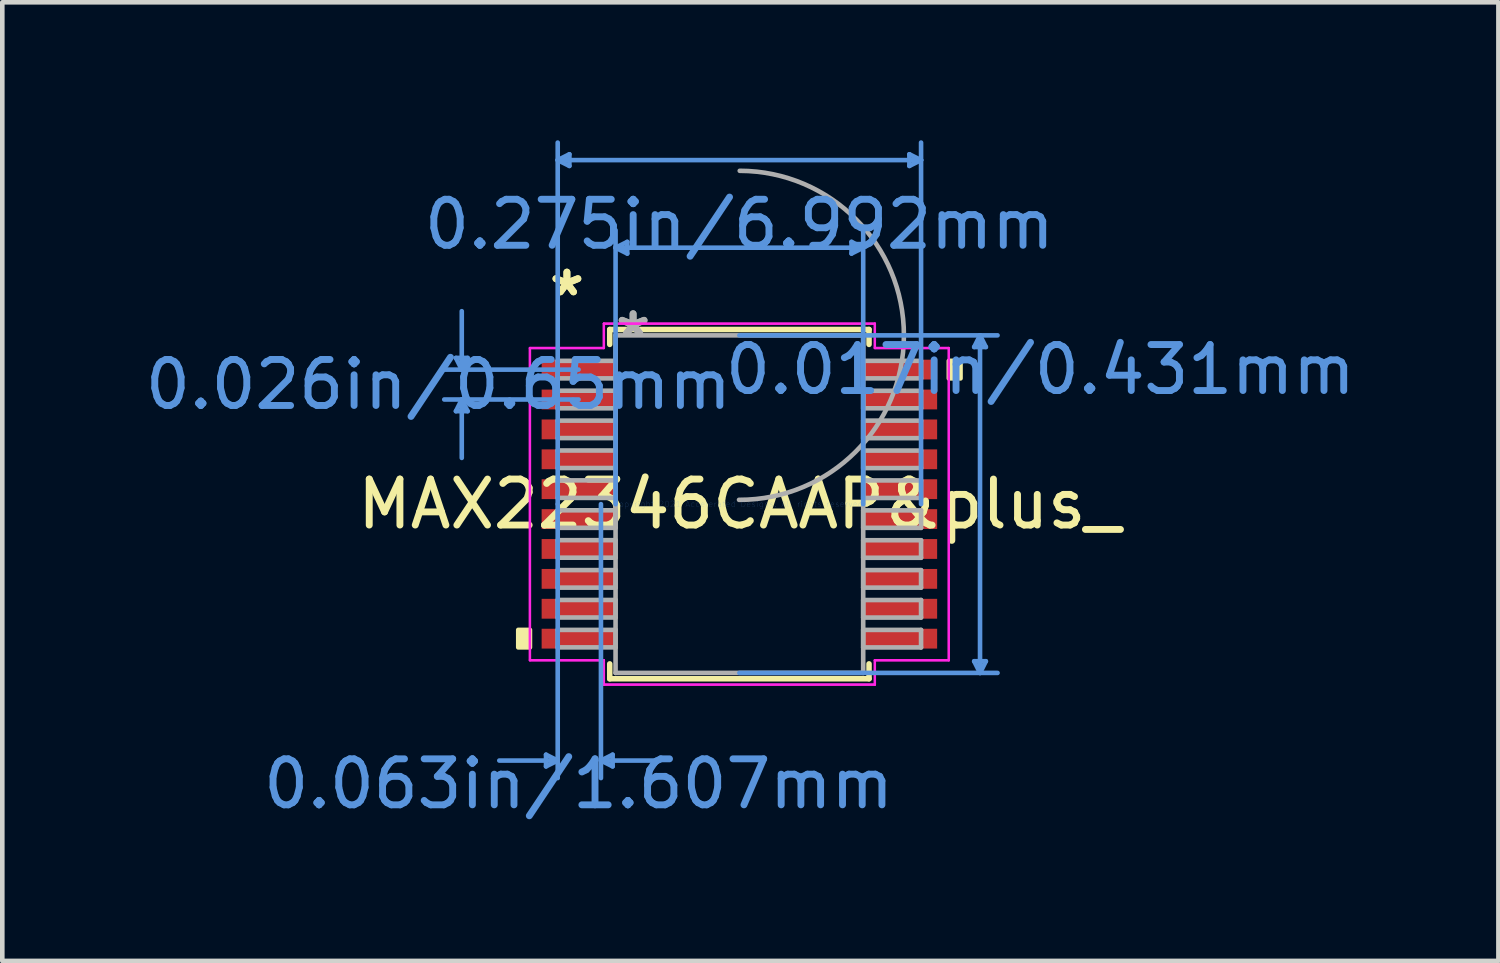
<source format=kicad_pcb>
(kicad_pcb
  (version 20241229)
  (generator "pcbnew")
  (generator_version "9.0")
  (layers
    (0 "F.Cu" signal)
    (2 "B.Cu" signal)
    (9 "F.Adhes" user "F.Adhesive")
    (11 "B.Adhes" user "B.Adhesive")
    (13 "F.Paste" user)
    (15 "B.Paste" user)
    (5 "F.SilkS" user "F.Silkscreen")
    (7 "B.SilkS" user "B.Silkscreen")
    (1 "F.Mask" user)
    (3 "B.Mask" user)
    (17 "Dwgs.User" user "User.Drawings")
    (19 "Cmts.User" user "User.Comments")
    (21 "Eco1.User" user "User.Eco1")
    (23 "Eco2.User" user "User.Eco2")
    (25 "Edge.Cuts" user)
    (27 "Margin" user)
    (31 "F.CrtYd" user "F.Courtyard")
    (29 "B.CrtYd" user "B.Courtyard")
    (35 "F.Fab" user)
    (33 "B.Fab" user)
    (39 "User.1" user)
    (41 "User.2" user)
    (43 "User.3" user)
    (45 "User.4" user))
  (footprint "MAX22346CAAP&plus_"
    (layer "F.Cu")
    (at 13.026 7.911)
    (property "Reference" "MAX22346CAAP&plus_" (at 0 0 0) (layer "F.SilkS") (effects (font (size 1 1) (thickness 0.15))))
    (attr through_hole)
    (fp_line (start -2.819 -3.797) (end -2.819 -3.473) (stroke (width 0.12) (type solid)) (layer "F.SilkS"))
    (fp_line (start -2.819 3.473) (end -2.819 3.797) (stroke (width 0.12) (type solid)) (layer "F.SilkS"))
    (fp_line (start -2.819 3.797) (end 2.819 3.797) (stroke (width 0.12) (type solid)) (layer "F.SilkS"))
    (fp_line (start 2.819 -3.797) (end -2.819 -3.797) (stroke (width 0.12) (type solid)) (layer "F.SilkS"))
    (fp_line (start 2.819 -3.473) (end 2.819 -3.797) (stroke (width 0.12) (type solid)) (layer "F.SilkS"))
    (fp_line (start 2.819 3.797) (end 2.819 3.473) (stroke (width 0.12) (type solid)) (layer "F.SilkS"))
    (fp_poly (pts (xy -4.808 2.734) (xy -4.808 3.115) (xy -4.554 3.115) (xy -4.554 2.734)) (stroke (width 0.1) (type solid)) (fill yes) (layer "F.SilkS"))
    (fp_poly (pts (xy 4.808 -3.115) (xy 4.808 -2.734) (xy 4.554 -2.734) (xy 4.554 -3.115)) (stroke (width 0.1) (type solid)) (fill yes) (layer "F.SilkS"))
    (fp_line (start -6.163 -3.179) (end -5.909 -3.179) (stroke (width 0.1) (type solid)) (layer "Cmts.User"))
    (fp_line (start -6.163 -2.021) (end -5.909 -2.021) (stroke (width 0.1) (type solid)) (layer "Cmts.User"))
    (fp_line (start -6.036 -2.925) (end -6.163 -3.179) (stroke (width 0.1) (type solid)) (layer "Cmts.User"))
    (fp_line (start -6.036 -2.925) (end -6.036 -4.195) (stroke (width 0.1) (type solid)) (layer "Cmts.User"))
    (fp_line (start -6.036 -2.925) (end -5.909 -3.179) (stroke (width 0.1) (type solid)) (layer "Cmts.User"))
    (fp_line (start -6.036 -2.275) (end -6.163 -2.021) (stroke (width 0.1) (type solid)) (layer "Cmts.User"))
    (fp_line (start -6.036 -2.275) (end -6.036 -1.005) (stroke (width 0.1) (type solid)) (layer "Cmts.User"))
    (fp_line (start -6.036 -2.275) (end -5.909 -2.021) (stroke (width 0.1) (type solid)) (layer "Cmts.User"))
    (fp_line (start -4.204 5.448) (end -4.204 5.702) (stroke (width 0.1) (type solid)) (layer "Cmts.User"))
    (fp_line (start -3.95 -7.48) (end -3.696 -7.607) (stroke (width 0.1) (type solid)) (layer "Cmts.User"))
    (fp_line (start -3.95 -7.48) (end -3.696 -7.353) (stroke (width 0.1) (type solid)) (layer "Cmts.User"))
    (fp_line (start -3.95 -7.48) (end 3.95 -7.48) (stroke (width 0.1) (type solid)) (layer "Cmts.User"))
    (fp_line (start -3.95 0) (end -3.95 -7.861) (stroke (width 0.1) (type solid)) (layer "Cmts.User"))
    (fp_line (start -3.95 0) (end -3.95 5.956) (stroke (width 0.1) (type solid)) (layer "Cmts.User"))
    (fp_line (start -3.95 5.575) (end -5.22 5.575) (stroke (width 0.1) (type solid)) (layer "Cmts.User"))
    (fp_line (start -3.95 5.575) (end -4.204 5.448) (stroke (width 0.1) (type solid)) (layer "Cmts.User"))
    (fp_line (start -3.95 5.575) (end -4.204 5.702) (stroke (width 0.1) (type solid)) (layer "Cmts.User"))
    (fp_line (start -3.696 -7.607) (end -3.696 -7.353) (stroke (width 0.1) (type solid)) (layer "Cmts.User"))
    (fp_line (start -3.496 -2.925) (end -6.417 -2.925) (stroke (width 0.1) (type solid)) (layer "Cmts.User"))
    (fp_line (start -3.496 -2.275) (end -6.417 -2.275) (stroke (width 0.1) (type solid)) (layer "Cmts.User"))
    (fp_line (start -3.01 0) (end -3.01 5.956) (stroke (width 0.1) (type solid)) (layer "Cmts.User"))
    (fp_line (start -3.01 5.575) (end -2.756 5.448) (stroke (width 0.1) (type solid)) (layer "Cmts.User"))
    (fp_line (start -3.01 5.575) (end -2.756 5.702) (stroke (width 0.1) (type solid)) (layer "Cmts.User"))
    (fp_line (start -3.01 5.575) (end -1.74 5.575) (stroke (width 0.1) (type solid)) (layer "Cmts.User"))
    (fp_line (start -2.756 5.448) (end -2.756 5.702) (stroke (width 0.1) (type solid)) (layer "Cmts.User"))
    (fp_line (start -2.692 -5.575) (end -2.438 -5.702) (stroke (width 0.1) (type solid)) (layer "Cmts.User"))
    (fp_line (start -2.692 -5.575) (end -2.438 -5.448) (stroke (width 0.1) (type solid)) (layer "Cmts.User"))
    (fp_line (start -2.692 -5.575) (end 2.692 -5.575) (stroke (width 0.1) (type solid)) (layer "Cmts.User"))
    (fp_line (start -2.692 0) (end -2.692 -5.956) (stroke (width 0.1) (type solid)) (layer "Cmts.User"))
    (fp_line (start -2.438 -5.702) (end -2.438 -5.448) (stroke (width 0.1) (type solid)) (layer "Cmts.User"))
    (fp_line (start 0 -3.67) (end 5.613 -3.67) (stroke (width 0.1) (type solid)) (layer "Cmts.User"))
    (fp_line (start 0 3.67) (end 5.613 3.67) (stroke (width 0.1) (type solid)) (layer "Cmts.User"))
    (fp_line (start 2.438 -5.702) (end 2.438 -5.448) (stroke (width 0.1) (type solid)) (layer "Cmts.User"))
    (fp_line (start 2.692 -5.575) (end 2.438 -5.702) (stroke (width 0.1) (type solid)) (layer "Cmts.User"))
    (fp_line (start 2.692 -5.575) (end 2.438 -5.448) (stroke (width 0.1) (type solid)) (layer "Cmts.User"))
    (fp_line (start 2.692 0) (end 2.692 -5.956) (stroke (width 0.1) (type solid)) (layer "Cmts.User"))
    (fp_line (start 3.696 -7.607) (end 3.696 -7.353) (stroke (width 0.1) (type solid)) (layer "Cmts.User"))
    (fp_line (start 3.95 -7.48) (end 3.696 -7.607) (stroke (width 0.1) (type solid)) (layer "Cmts.User"))
    (fp_line (start 3.95 -7.48) (end 3.696 -7.353) (stroke (width 0.1) (type solid)) (layer "Cmts.User"))
    (fp_line (start 3.95 0) (end 3.95 -7.861) (stroke (width 0.1) (type solid)) (layer "Cmts.User"))
    (fp_line (start 5.105 -3.416) (end 5.359 -3.416) (stroke (width 0.1) (type solid)) (layer "Cmts.User"))
    (fp_line (start 5.105 3.416) (end 5.359 3.416) (stroke (width 0.1) (type solid)) (layer "Cmts.User"))
    (fp_line (start 5.232 -3.67) (end 5.105 -3.416) (stroke (width 0.1) (type solid)) (layer "Cmts.User"))
    (fp_line (start 5.232 -3.67) (end 5.232 3.67) (stroke (width 0.1) (type solid)) (layer "Cmts.User"))
    (fp_line (start 5.232 -3.67) (end 5.359 -3.416) (stroke (width 0.1) (type solid)) (layer "Cmts.User"))
    (fp_line (start 5.232 3.67) (end 5.105 3.416) (stroke (width 0.1) (type solid)) (layer "Cmts.User"))
    (fp_line (start 5.232 3.67) (end 5.359 3.416) (stroke (width 0.1) (type solid)) (layer "Cmts.User"))
    (fp_line (start -4.554 -3.394) (end -2.946 -3.394) (stroke (width 0.05) (type solid)) (layer "F.CrtYd"))
    (fp_line (start -4.554 -3.394) (end -2.946 -3.394) (stroke (width 0.05) (type solid)) (layer "F.CrtYd"))
    (fp_line (start -4.554 3.394) (end -4.554 -3.394) (stroke (width 0.05) (type solid)) (layer "F.CrtYd"))
    (fp_line (start -4.554 3.394) (end -4.554 -3.394) (stroke (width 0.05) (type solid)) (layer "F.CrtYd"))
    (fp_line (start -4.554 3.394) (end -2.946 3.394) (stroke (width 0.05) (type solid)) (layer "F.CrtYd"))
    (fp_line (start -2.946 -3.924) (end 2.946 -3.924) (stroke (width 0.05) (type solid)) (layer "F.CrtYd"))
    (fp_line (start -2.946 -3.924) (end 2.946 -3.924) (stroke (width 0.05) (type solid)) (layer "F.CrtYd"))
    (fp_line (start -2.946 -3.394) (end -2.946 -3.924) (stroke (width 0.05) (type solid)) (layer "F.CrtYd"))
    (fp_line (start -2.946 -3.394) (end -2.946 -3.924) (stroke (width 0.05) (type solid)) (layer "F.CrtYd"))
    (fp_line (start -2.946 3.394) (end -4.554 3.394) (stroke (width 0.05) (type solid)) (layer "F.CrtYd"))
    (fp_line (start -2.946 3.924) (end -2.946 3.394) (stroke (width 0.05) (type solid)) (layer "F.CrtYd"))
    (fp_line (start -2.946 3.924) (end -2.946 3.394) (stroke (width 0.05) (type solid)) (layer "F.CrtYd"))
    (fp_line (start 2.946 -3.924) (end 2.946 -3.394) (stroke (width 0.05) (type solid)) (layer "F.CrtYd"))
    (fp_line (start 2.946 -3.924) (end 2.946 -3.394) (stroke (width 0.05) (type solid)) (layer "F.CrtYd"))
    (fp_line (start 2.946 -3.394) (end 4.554 -3.394) (stroke (width 0.05) (type solid)) (layer "F.CrtYd"))
    (fp_line (start 2.946 3.394) (end 2.946 3.924) (stroke (width 0.05) (type solid)) (layer "F.CrtYd"))
    (fp_line (start 2.946 3.394) (end 2.946 3.924) (stroke (width 0.05) (type solid)) (layer "F.CrtYd"))
    (fp_line (start 2.946 3.924) (end -2.946 3.924) (stroke (width 0.05) (type solid)) (layer "F.CrtYd"))
    (fp_line (start 2.946 3.924) (end -2.946 3.924) (stroke (width 0.05) (type solid)) (layer "F.CrtYd"))
    (fp_line (start 4.554 -3.394) (end 2.946 -3.394) (stroke (width 0.05) (type solid)) (layer "F.CrtYd"))
    (fp_line (start 4.554 -3.394) (end 4.554 3.394) (stroke (width 0.05) (type solid)) (layer "F.CrtYd"))
    (fp_line (start 4.554 -3.394) (end 4.554 3.394) (stroke (width 0.05) (type solid)) (layer "F.CrtYd"))
    (fp_line (start 4.554 3.394) (end 2.946 3.394) (stroke (width 0.05) (type solid)) (layer "F.CrtYd"))
    (fp_line (start 4.554 3.394) (end 2.946 3.394) (stroke (width 0.05) (type solid)) (layer "F.CrtYd"))
    (fp_line (start -3.95 -3.116) (end -3.95 -2.735) (stroke (width 0.1) (type solid)) (layer "F.Fab"))
    (fp_line (start -3.95 -2.735) (end -2.692 -2.735) (stroke (width 0.1) (type solid)) (layer "F.Fab"))
    (fp_line (start -3.95 -2.466) (end -3.95 -2.084) (stroke (width 0.1) (type solid)) (layer "F.Fab"))
    (fp_line (start -3.95 -2.084) (end -2.692 -2.084) (stroke (width 0.1) (type solid)) (layer "F.Fab"))
    (fp_line (start -3.95 -1.816) (end -3.95 -1.435) (stroke (width 0.1) (type solid)) (layer "F.Fab"))
    (fp_line (start -3.95 -1.435) (end -2.692 -1.435) (stroke (width 0.1) (type solid)) (layer "F.Fab"))
    (fp_line (start -3.95 -1.166) (end -3.95 -0.785) (stroke (width 0.1) (type solid)) (layer "F.Fab"))
    (fp_line (start -3.95 -0.785) (end -2.692 -0.785) (stroke (width 0.1) (type solid)) (layer "F.Fab"))
    (fp_line (start -3.95 -0.516) (end -3.95 -0.135) (stroke (width 0.1) (type solid)) (layer "F.Fab"))
    (fp_line (start -3.95 -0.135) (end -2.692 -0.135) (stroke (width 0.1) (type solid)) (layer "F.Fab"))
    (fp_line (start -3.95 0.134) (end -3.95 0.515) (stroke (width 0.1) (type solid)) (layer "F.Fab"))
    (fp_line (start -3.95 0.515) (end -2.692 0.515) (stroke (width 0.1) (type solid)) (layer "F.Fab"))
    (fp_line (start -3.95 0.784) (end -3.95 1.165) (stroke (width 0.1) (type solid)) (layer "F.Fab"))
    (fp_line (start -3.95 1.165) (end -2.692 1.165) (stroke (width 0.1) (type solid)) (layer "F.Fab"))
    (fp_line (start -3.95 1.434) (end -3.95 1.815) (stroke (width 0.1) (type solid)) (layer "F.Fab"))
    (fp_line (start -3.95 1.815) (end -2.692 1.815) (stroke (width 0.1) (type solid)) (layer "F.Fab"))
    (fp_line (start -3.95 2.084) (end -3.95 2.465) (stroke (width 0.1) (type solid)) (layer "F.Fab"))
    (fp_line (start -3.95 2.465) (end -2.692 2.465) (stroke (width 0.1) (type solid)) (layer "F.Fab"))
    (fp_line (start -3.95 2.734) (end -3.95 3.115) (stroke (width 0.1) (type solid)) (layer "F.Fab"))
    (fp_line (start -3.95 3.115) (end -2.692 3.115) (stroke (width 0.1) (type solid)) (layer "F.Fab"))
    (fp_line (start -2.692 -3.67) (end -2.692 3.67) (stroke (width 0.1) (type solid)) (layer "F.Fab"))
    (fp_line (start -2.692 -3.116) (end -3.95 -3.116) (stroke (width 0.1) (type solid)) (layer "F.Fab"))
    (fp_line (start -2.692 -2.735) (end -2.692 -3.116) (stroke (width 0.1) (type solid)) (layer "F.Fab"))
    (fp_line (start -2.692 -2.466) (end -3.95 -2.466) (stroke (width 0.1) (type solid)) (layer "F.Fab"))
    (fp_line (start -2.692 -2.084) (end -2.692 -2.466) (stroke (width 0.1) (type solid)) (layer "F.Fab"))
    (fp_line (start -2.692 -1.816) (end -3.95 -1.816) (stroke (width 0.1) (type solid)) (layer "F.Fab"))
    (fp_line (start -2.692 -1.435) (end -2.692 -1.816) (stroke (width 0.1) (type solid)) (layer "F.Fab"))
    (fp_line (start -2.692 -1.166) (end -3.95 -1.166) (stroke (width 0.1) (type solid)) (layer "F.Fab"))
    (fp_line (start -2.692 -0.785) (end -2.692 -1.166) (stroke (width 0.1) (type solid)) (layer "F.Fab"))
    (fp_line (start -2.692 -0.516) (end -3.95 -0.516) (stroke (width 0.1) (type solid)) (layer "F.Fab"))
    (fp_line (start -2.692 -0.135) (end -2.692 -0.516) (stroke (width 0.1) (type solid)) (layer "F.Fab"))
    (fp_line (start -2.692 0.134) (end -3.95 0.134) (stroke (width 0.1) (type solid)) (layer "F.Fab"))
    (fp_line (start -2.692 0.515) (end -2.692 0.134) (stroke (width 0.1) (type solid)) (layer "F.Fab"))
    (fp_line (start -2.692 0.784) (end -3.95 0.784) (stroke (width 0.1) (type solid)) (layer "F.Fab"))
    (fp_line (start -2.692 1.165) (end -2.692 0.784) (stroke (width 0.1) (type solid)) (layer "F.Fab"))
    (fp_line (start -2.692 1.434) (end -3.95 1.434) (stroke (width 0.1) (type solid)) (layer "F.Fab"))
    (fp_line (start -2.692 1.815) (end -2.692 1.434) (stroke (width 0.1) (type solid)) (layer "F.Fab"))
    (fp_line (start -2.692 2.084) (end -3.95 2.084) (stroke (width 0.1) (type solid)) (layer "F.Fab"))
    (fp_line (start -2.692 2.465) (end -2.692 2.084) (stroke (width 0.1) (type solid)) (layer "F.Fab"))
    (fp_line (start -2.692 2.734) (end -3.95 2.734) (stroke (width 0.1) (type solid)) (layer "F.Fab"))
    (fp_line (start -2.692 3.115) (end -2.692 2.734) (stroke (width 0.1) (type solid)) (layer "F.Fab"))
    (fp_line (start -2.692 3.67) (end 2.692 3.67) (stroke (width 0.1) (type solid)) (layer "F.Fab"))
    (fp_line (start 2.692 -3.67) (end -2.692 -3.67) (stroke (width 0.1) (type solid)) (layer "F.Fab"))
    (fp_line (start 2.692 -3.115) (end 2.692 -2.734) (stroke (width 0.1) (type solid)) (layer "F.Fab"))
    (fp_line (start 2.692 -2.734) (end 3.95 -2.734) (stroke (width 0.1) (type solid)) (layer "F.Fab"))
    (fp_line (start 2.692 -2.465) (end 2.692 -2.084) (stroke (width 0.1) (type solid)) (layer "F.Fab"))
    (fp_line (start 2.692 -2.084) (end 3.95 -2.084) (stroke (width 0.1) (type solid)) (layer "F.Fab"))
    (fp_line (start 2.692 -1.815) (end 2.692 -1.434) (stroke (width 0.1) (type solid)) (layer "F.Fab"))
    (fp_line (start 2.692 -1.434) (end 3.95 -1.434) (stroke (width 0.1) (type solid)) (layer "F.Fab"))
    (fp_line (start 2.692 -1.165) (end 2.692 -0.784) (stroke (width 0.1) (type solid)) (layer "F.Fab"))
    (fp_line (start 2.692 -0.784) (end 3.95 -0.784) (stroke (width 0.1) (type solid)) (layer "F.Fab"))
    (fp_line (start 2.692 -0.515) (end 2.692 -0.134) (stroke (width 0.1) (type solid)) (layer "F.Fab"))
    (fp_line (start 2.692 -0.134) (end 3.95 -0.134) (stroke (width 0.1) (type solid)) (layer "F.Fab"))
    (fp_line (start 2.692 0.135) (end 2.692 0.516) (stroke (width 0.1) (type solid)) (layer "F.Fab"))
    (fp_line (start 2.692 0.516) (end 3.95 0.516) (stroke (width 0.1) (type solid)) (layer "F.Fab"))
    (fp_line (start 2.692 0.785) (end 2.692 1.166) (stroke (width 0.1) (type solid)) (layer "F.Fab"))
    (fp_line (start 2.692 1.166) (end 3.95 1.166) (stroke (width 0.1) (type solid)) (layer "F.Fab"))
    (fp_line (start 2.692 1.435) (end 2.692 1.816) (stroke (width 0.1) (type solid)) (layer "F.Fab"))
    (fp_line (start 2.692 1.816) (end 3.95 1.816) (stroke (width 0.1) (type solid)) (layer "F.Fab"))
    (fp_line (start 2.692 2.085) (end 2.692 2.466) (stroke (width 0.1) (type solid)) (layer "F.Fab"))
    (fp_line (start 2.692 2.466) (end 3.95 2.466) (stroke (width 0.1) (type solid)) (layer "F.Fab"))
    (fp_line (start 2.692 2.735) (end 2.692 3.116) (stroke (width 0.1) (type solid)) (layer "F.Fab"))
    (fp_line (start 2.692 3.116) (end 3.95 3.116) (stroke (width 0.1) (type solid)) (layer "F.Fab"))
    (fp_line (start 2.692 3.67) (end 2.692 -3.67) (stroke (width 0.1) (type solid)) (layer "F.Fab"))
    (fp_line (start 3.95 -3.115) (end 2.692 -3.115) (stroke (width 0.1) (type solid)) (layer "F.Fab"))
    (fp_line (start 3.95 -2.734) (end 3.95 -3.115) (stroke (width 0.1) (type solid)) (layer "F.Fab"))
    (fp_line (start 3.95 -2.465) (end 2.692 -2.465) (stroke (width 0.1) (type solid)) (layer "F.Fab"))
    (fp_line (start 3.95 -2.084) (end 3.95 -2.465) (stroke (width 0.1) (type solid)) (layer "F.Fab"))
    (fp_line (start 3.95 -1.815) (end 2.692 -1.815) (stroke (width 0.1) (type solid)) (layer "F.Fab"))
    (fp_line (start 3.95 -1.434) (end 3.95 -1.815) (stroke (width 0.1) (type solid)) (layer "F.Fab"))
    (fp_line (start 3.95 -1.165) (end 2.692 -1.165) (stroke (width 0.1) (type solid)) (layer "F.Fab"))
    (fp_line (start 3.95 -0.784) (end 3.95 -1.165) (stroke (width 0.1) (type solid)) (layer "F.Fab"))
    (fp_line (start 3.95 -0.515) (end 2.692 -0.515) (stroke (width 0.1) (type solid)) (layer "F.Fab"))
    (fp_line (start 3.95 -0.134) (end 3.95 -0.515) (stroke (width 0.1) (type solid)) (layer "F.Fab"))
    (fp_line (start 3.95 0.135) (end 2.692 0.135) (stroke (width 0.1) (type solid)) (layer "F.Fab"))
    (fp_line (start 3.95 0.516) (end 3.95 0.135) (stroke (width 0.1) (type solid)) (layer "F.Fab"))
    (fp_line (start 3.95 0.785) (end 2.692 0.785) (stroke (width 0.1) (type solid)) (layer "F.Fab"))
    (fp_line (start 3.95 1.166) (end 3.95 0.785) (stroke (width 0.1) (type solid)) (layer "F.Fab"))
    (fp_line (start 3.95 1.435) (end 2.692 1.435) (stroke (width 0.1) (type solid)) (layer "F.Fab"))
    (fp_line (start 3.95 1.816) (end 3.95 1.435) (stroke (width 0.1) (type solid)) (layer "F.Fab"))
    (fp_line (start 3.95 2.085) (end 2.692 2.085) (stroke (width 0.1) (type solid)) (layer "F.Fab"))
    (fp_line (start 3.95 2.466) (end 3.95 2.085) (stroke (width 0.1) (type solid)) (layer "F.Fab"))
    (fp_line (start 3.95 2.735) (end 2.692 2.735) (stroke (width 0.1) (type solid)) (layer "F.Fab"))
    (fp_line (start 3.95 3.116) (end 3.95 2.735) (stroke (width 0.1) (type solid)) (layer "F.Fab"))
    (fp_arc (start 0.007742 -7.247374) (mid 3.577074 -3.662558) (end -0.007742 -0.093226) (stroke (width 0.1) (type solid)) (layer "F.Fab"))
    (fp_text user "*" (at -3.75 -4.499 0) (layer "F.SilkS") (effects (font (size 1 1) (thickness 0.15))))
    (fp_text user "*" (at -3.75 -4.499 0) (layer "F.SilkS") (effects (font (size 1 1) (thickness 0.15))))
    (fp_text user "0.063in/1.607mm" (at -3.496 6.083 0) (layer "Cmts.User") (effects (font (size 1 1) (thickness 0.15))))
    (fp_text user "Copyright 2021 Accelerated Designs. All rights reserved." (at 0 0 0) (layer "Cmts.User") (effects (font (size 0.127 0.127) (thickness 0.002))))
    (fp_text user "0.026in/0.65mm" (at -6.544 -2.6 0) (layer "Cmts.User") (effects (font (size 1 1) (thickness 0.15))))
    (fp_text user "0.017in/0.431mm" (at 6.544 -2.925 0) (layer "Cmts.User") (effects (font (size 1 1) (thickness 0.15))))
    (fp_text user "0.275in/6.992mm" (at 0 -6.083 0) (layer "Cmts.User") (effects (font (size 1 1) (thickness 0.15))))
    (fp_text user "*" (at -2.311 -3.594 0) (layer "F.Fab") (effects (font (size 1 1) (thickness 0.15))))
    (fp_text user "*" (at -2.311 -3.594 0) (layer "F.Fab") (effects (font (size 1 1) (thickness 0.15))))
    (pad "1" smd rect (at -3.496 -2.925) (size 1.607 0.431) (layers "F.Cu" "F.Mask" "F.Paste"))
    (pad "2" smd rect (at -3.496 -2.275) (size 1.607 0.431) (layers "F.Cu" "F.Mask" "F.Paste"))
    (pad "3" smd rect (at -3.496 -1.625) (size 1.607 0.431) (layers "F.Cu" "F.Mask" "F.Paste"))
    (pad "4" smd rect (at -3.496 -0.975) (size 1.607 0.431) (layers "F.Cu" "F.Mask" "F.Paste"))
    (pad "5" smd rect (at -3.496 -0.325) (size 1.607 0.431) (layers "F.Cu" "F.Mask" "F.Paste"))
    (pad "6" smd rect (at -3.496 0.325) (size 1.607 0.431) (layers "F.Cu" "F.Mask" "F.Paste"))
    (pad "7" smd rect (at -3.496 0.975) (size 1.607 0.431) (layers "F.Cu" "F.Mask" "F.Paste"))
    (pad "8" smd rect (at -3.496 1.625) (size 1.607 0.431) (layers "F.Cu" "F.Mask" "F.Paste"))
    (pad "9" smd rect (at -3.496 2.275) (size 1.607 0.431) (layers "F.Cu" "F.Mask" "F.Paste"))
    (pad "10" smd rect (at -3.496 2.925) (size 1.607 0.431) (layers "F.Cu" "F.Mask" "F.Paste"))
    (pad "11" smd rect (at 3.496 2.925) (size 1.607 0.431) (layers "F.Cu" "F.Mask" "F.Paste"))
    (pad "12" smd rect (at 3.496 2.275) (size 1.607 0.431) (layers "F.Cu" "F.Mask" "F.Paste"))
    (pad "13" smd rect (at 3.496 1.625) (size 1.607 0.431) (layers "F.Cu" "F.Mask" "F.Paste"))
    (pad "14" smd rect (at 3.496 0.975) (size 1.607 0.431) (layers "F.Cu" "F.Mask" "F.Paste"))
    (pad "15" smd rect (at 3.496 0.325) (size 1.607 0.431) (layers "F.Cu" "F.Mask" "F.Paste"))
    (pad "16" smd rect (at 3.496 -0.325) (size 1.607 0.431) (layers "F.Cu" "F.Mask" "F.Paste"))
    (pad "17" smd rect (at 3.496 -0.975) (size 1.607 0.431) (layers "F.Cu" "F.Mask" "F.Paste"))
    (pad "18" smd rect (at 3.496 -1.625) (size 1.607 0.431) (layers "F.Cu" "F.Mask" "F.Paste"))
    (pad "19" smd rect (at 3.496 -2.275) (size 1.607 0.431) (layers "F.Cu" "F.Mask" "F.Paste"))
    (pad "20" smd rect (at 3.496 -2.925) (size 1.607 0.431) (layers "F.Cu" "F.Mask" "F.Paste")))
  (gr_rect
    (start -3 -3)
    (end 29.529 17.843)
    (stroke (width 0.1) (type default))
    (fill no)
    (layer "Edge.Cuts")))
</source>
